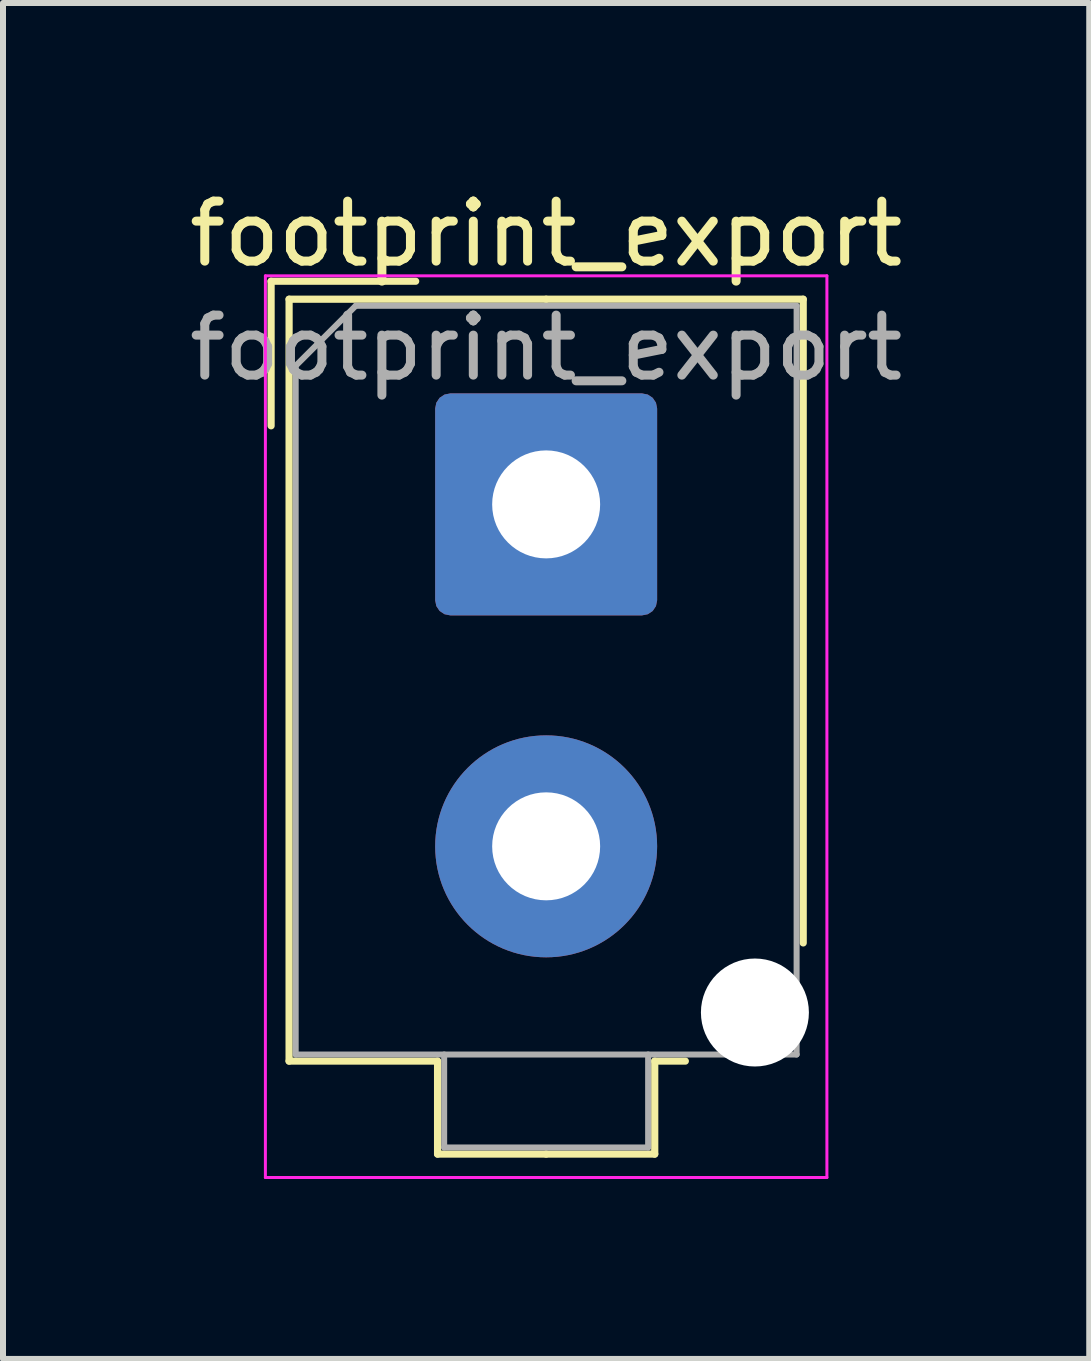
<source format=kicad_pcb>
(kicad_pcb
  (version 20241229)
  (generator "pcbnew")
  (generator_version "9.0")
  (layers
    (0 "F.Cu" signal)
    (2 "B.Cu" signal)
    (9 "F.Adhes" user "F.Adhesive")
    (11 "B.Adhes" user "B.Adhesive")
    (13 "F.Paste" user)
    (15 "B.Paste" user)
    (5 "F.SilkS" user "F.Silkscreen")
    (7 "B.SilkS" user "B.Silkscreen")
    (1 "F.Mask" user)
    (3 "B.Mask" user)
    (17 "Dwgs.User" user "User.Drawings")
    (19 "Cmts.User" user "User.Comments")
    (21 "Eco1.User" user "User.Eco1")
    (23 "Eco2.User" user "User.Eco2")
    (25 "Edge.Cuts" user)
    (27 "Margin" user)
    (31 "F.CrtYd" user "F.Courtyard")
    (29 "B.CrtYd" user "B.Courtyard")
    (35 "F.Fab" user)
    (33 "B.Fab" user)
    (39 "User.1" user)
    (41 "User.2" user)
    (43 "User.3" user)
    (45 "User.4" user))
  (footprint "footprint_export"
    (layer "F.Cu")
    (at 6.054 5.358)
    (property "Reference" "footprint_export" (at 0 -4.51 0) (layer "F.SilkS") (effects (font (size 1 1) (thickness 0.15))))
    (attr through_hole)
    (fp_line (start -4.585 -3.72) (end -2.175 -3.72) (stroke (width 0.12) (type solid)) (layer "F.SilkS"))
    (fp_line (start -4.585 -1.31) (end -4.585 -3.72) (stroke (width 0.12) (type solid)) (layer "F.SilkS"))
    (fp_line (start -4.285 -3.42) (end -4.285 9.28) (stroke (width 0.12) (type solid)) (layer "F.SilkS"))
    (fp_line (start -4.285 9.28) (end -1.81 9.28) (stroke (width 0.12) (type solid)) (layer "F.SilkS"))
    (fp_line (start -1.81 9.28) (end -1.81 10.83) (stroke (width 0.12) (type solid)) (layer "F.SilkS"))
    (fp_line (start -1.81 10.83) (end 0 10.83) (stroke (width 0.12) (type solid)) (layer "F.SilkS"))
    (fp_line (start 0 -3.42) (end -4.285 -3.42) (stroke (width 0.12) (type solid)) (layer "F.SilkS"))
    (fp_line (start 0 -3.42) (end 4.285 -3.42) (stroke (width 0.12) (type solid)) (layer "F.SilkS"))
    (fp_line (start 1.81 9.28) (end 1.81 10.83) (stroke (width 0.12) (type solid)) (layer "F.SilkS"))
    (fp_line (start 1.81 10.83) (end 0 10.83) (stroke (width 0.12) (type solid)) (layer "F.SilkS"))
    (fp_line (start 2.32 9.28) (end 1.81 9.28) (stroke (width 0.12) (type solid)) (layer "F.SilkS"))
    (fp_line (start 4.285 -3.42) (end 4.285 7.31) (stroke (width 0.12) (type solid)) (layer "F.SilkS"))
    (fp_line (start -4.68 -3.81) (end -4.68 11.22) (stroke (width 0.05) (type solid)) (layer "F.CrtYd"))
    (fp_line (start -4.68 11.22) (end 4.68 11.22) (stroke (width 0.05) (type solid)) (layer "F.CrtYd"))
    (fp_line (start 4.68 -3.81) (end -4.68 -3.81) (stroke (width 0.05) (type solid)) (layer "F.CrtYd"))
    (fp_line (start 4.68 11.22) (end 4.68 -3.81) (stroke (width 0.05) (type solid)) (layer "F.CrtYd"))
    (fp_line (start -4.175 -2.31) (end -4.175 9.17) (stroke (width 0.1) (type solid)) (layer "F.Fab"))
    (fp_line (start -4.175 9.17) (end 4.175 9.17) (stroke (width 0.1) (type solid)) (layer "F.Fab"))
    (fp_line (start -3.175 -3.31) (end -4.175 -2.31) (stroke (width 0.1) (type solid)) (layer "F.Fab"))
    (fp_line (start -1.7 9.17) (end -1.7 10.72) (stroke (width 0.1) (type solid)) (layer "F.Fab"))
    (fp_line (start -1.7 10.72) (end 1.7 10.72) (stroke (width 0.1) (type solid)) (layer "F.Fab"))
    (fp_line (start 1.7 10.72) (end 1.7 9.17) (stroke (width 0.1) (type solid)) (layer "F.Fab"))
    (fp_line (start 4.175 -3.31) (end -3.175 -3.31) (stroke (width 0.1) (type solid)) (layer "F.Fab"))
    (fp_line (start 4.175 9.17) (end 4.175 -3.31) (stroke (width 0.1) (type solid)) (layer "F.Fab"))
    (fp_text user "${REFERENCE}" (at 0 -2.61 0) (layer "F.Fab") (effects (font (size 1 1) (thickness 0.15))))
    (pad "" np_thru_hole circle (at 3.48 8.47) (size 1.8 1.8) (drill 1.8) (layers "*.Cu" "*.Mask"))
    (pad "1" thru_hole roundrect (at 0 0) (size 3.7 3.7) (drill 1.8) (layers "*.Cu" "*.Mask") (roundrect_rratio 0.068))
    (pad "2" thru_hole circle (at 0 5.7) (size 3.7 3.7) (drill 1.8) (layers "*.Cu" "*.Mask")))
  (gr_rect
    (start -3 -3)
    (end 15.107 19.603)
    (stroke (width 0.1) (type default))
    (fill no)
    (layer "Edge.Cuts")))
</source>
